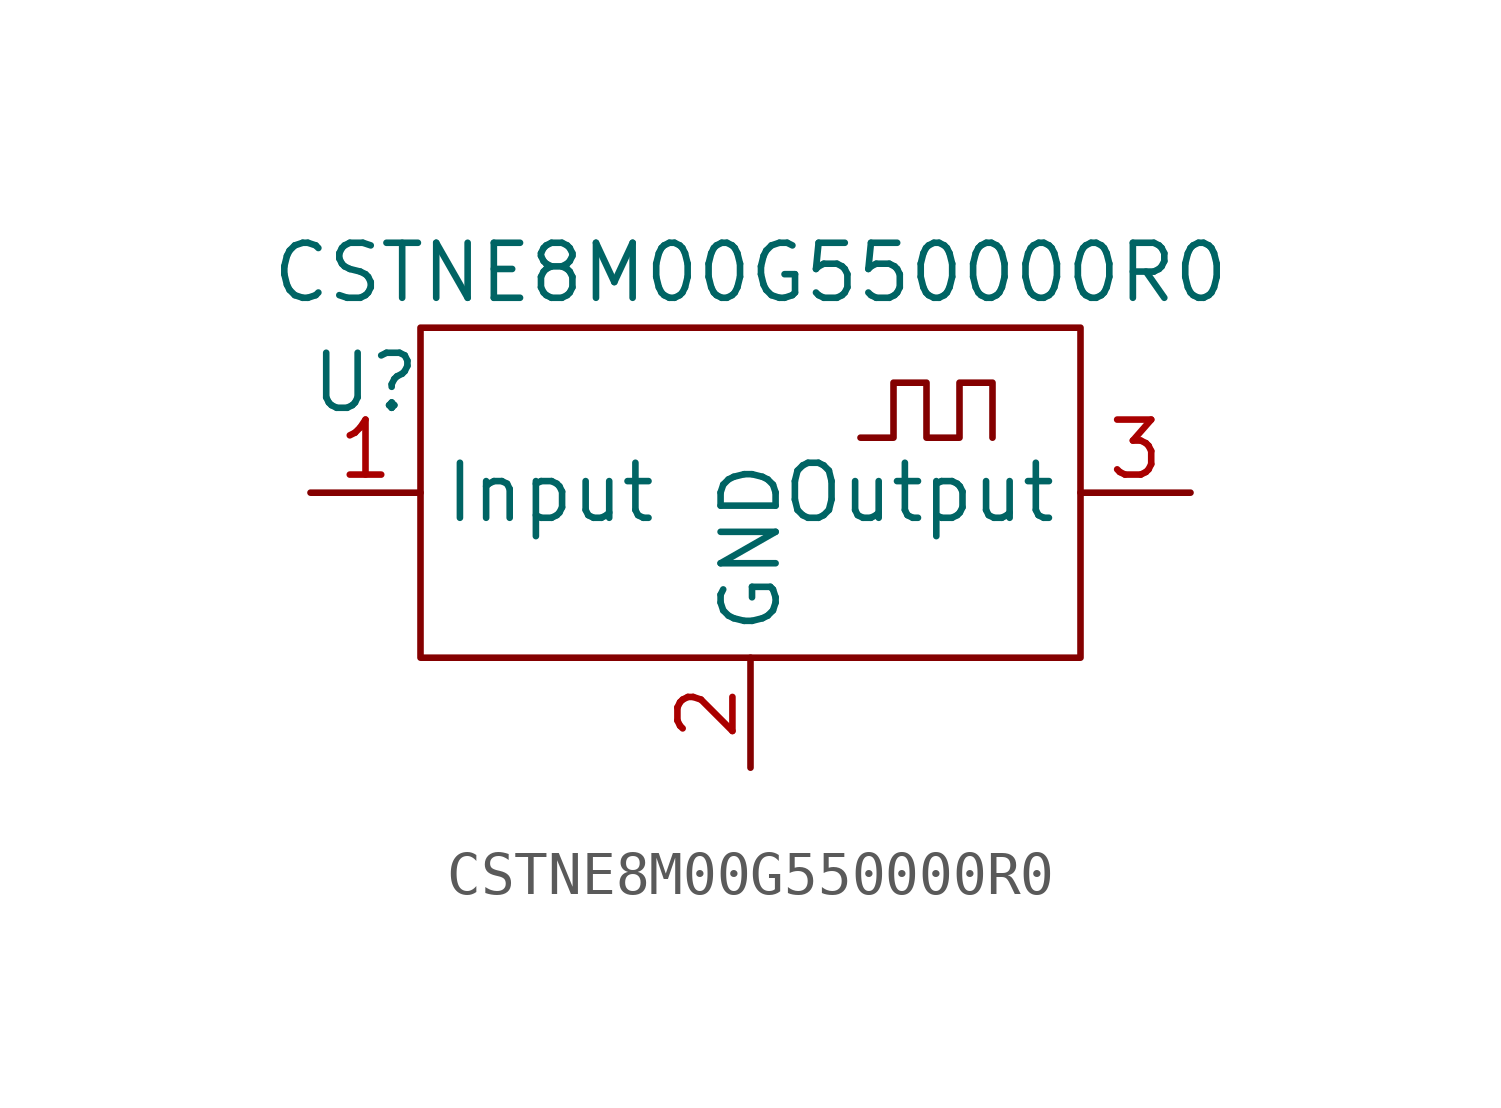
<source format=kicad_sym>
(kicad_symbol_lib
  (version 20211014)
  (generator kicad_symbol_editor)
  (symbol "CSTNE8M00G550000R0"
    (property "Reference" "U"
      (at -3.81 -1.27 0)
      (effects (font (size 1.27 1.27))))
    (property "Value" "CSTNE8M00G550000R0"
      (at 5.08 1.27 0)
      (effects (font (size 1.27 1.27))))
    (symbol "CSTNE8M00G550000R0_0_1"
      (rectangle (start -2.54 0) (end 12.7 -7.62) (stroke (width 0) (type default) (color 0 0 0 0)) (fill (type none))))
    (symbol "CSTNE8M00G550000R0_1_1"
      (polyline (pts (xy 7.62 -2.54) (xy 8.382 -2.54) (xy 8.382 -1.27) (xy 9.144 -1.27) (xy 9.144 -2.54) (xy 9.906 -2.54) (xy 9.906 -1.27) (xy 10.668 -1.27) (xy 10.668 -2.54)) (stroke (width 0) (type default) (color 0 0 0 0)) (fill (type none)))
      (pin power_in line (at -5.08 -3.81 0) (length 2.54) (name "Input" (effects (font (size 1.27 1.27)))) (number "1" (effects (font (size 1.27 1.27)))))
      (pin power_in line (at 5.08 -10.16 90) (length 2.54) (name "GND" (effects (font (size 1.27 1.27)))) (number "2" (effects (font (size 1.27 1.27)))))
      (pin output line (at 15.24 -3.81 180) (length 2.54) (name "Output" (effects (font (size 1.27 1.27)))) (number "3" (effects (font (size 1.27 1.27))))))))
</source>
